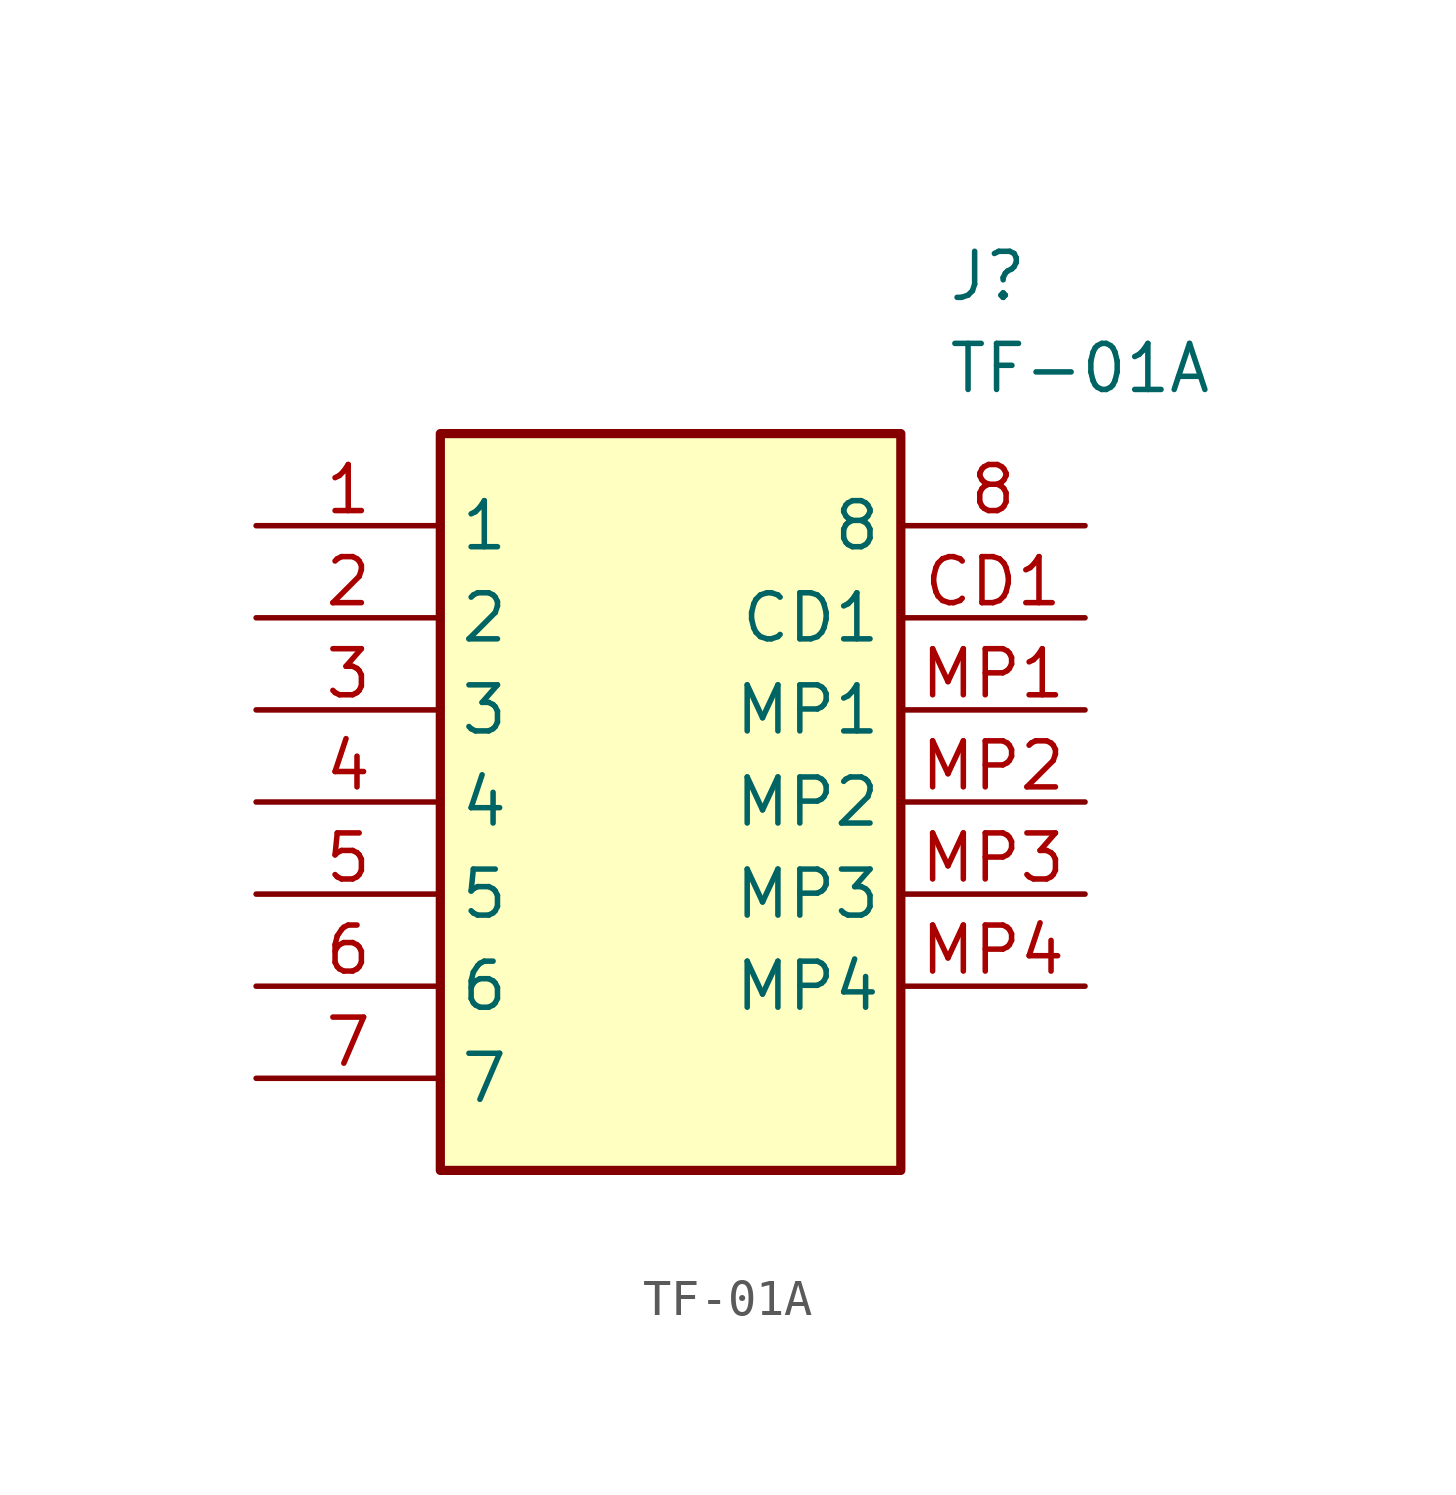
<source format=kicad_sym>
(kicad_symbol_lib
  (version 20211014)
  (generator SamacSys_ECAD_Model)
  (symbol "TF-01A"
    (property "Reference" "J"
      (at 19.05 7.62 0)
      (effects (font (size 1.27 1.27)) (justify left top)))
    (property "Value" "TF-01A"
      (at 19.05 5.08 0)
      (effects (font (size 1.27 1.27)) (justify left top)))
    (rectangle
      (start 5.08 2.54)
      (end 17.78 -17.78)
      (stroke (width 0.254) (type default))
      (fill (type background)))
    (pin passive line
      (at 0 0 0)
      (length 5.08)
      (name "1" (effects (font (size 1.27 1.27))))
      (number "1" (effects (font (size 1.27 1.27)))))
    (pin passive line
      (at 0 -2.54 0)
      (length 5.08)
      (name "2" (effects (font (size 1.27 1.27))))
      (number "2" (effects (font (size 1.27 1.27)))))
    (pin passive line
      (at 0 -5.08 0)
      (length 5.08)
      (name "3" (effects (font (size 1.27 1.27))))
      (number "3" (effects (font (size 1.27 1.27)))))
    (pin passive line
      (at 0 -7.62 0)
      (length 5.08)
      (name "4" (effects (font (size 1.27 1.27))))
      (number "4" (effects (font (size 1.27 1.27)))))
    (pin passive line
      (at 0 -10.16 0)
      (length 5.08)
      (name "5" (effects (font (size 1.27 1.27))))
      (number "5" (effects (font (size 1.27 1.27)))))
    (pin passive line
      (at 0 -12.7 0)
      (length 5.08)
      (name "6" (effects (font (size 1.27 1.27))))
      (number "6" (effects (font (size 1.27 1.27)))))
    (pin passive line
      (at 0 -15.24 0)
      (length 5.08)
      (name "7" (effects (font (size 1.27 1.27))))
      (number "7" (effects (font (size 1.27 1.27)))))
    (pin passive line
      (at 22.86 0 180)
      (length 5.08)
      (name "8" (effects (font (size 1.27 1.27))))
      (number "8" (effects (font (size 1.27 1.27)))))
    (pin passive line
      (at 22.86 -2.54 180)
      (length 5.08)
      (name "CD1" (effects (font (size 1.27 1.27))))
      (number "CD1" (effects (font (size 1.27 1.27)))))
    (pin passive line
      (at 22.86 -5.08 180)
      (length 5.08)
      (name "MP1" (effects (font (size 1.27 1.27))))
      (number "MP1" (effects (font (size 1.27 1.27)))))
    (pin passive line
      (at 22.86 -7.62 180)
      (length 5.08)
      (name "MP2" (effects (font (size 1.27 1.27))))
      (number "MP2" (effects (font (size 1.27 1.27)))))
    (pin passive line
      (at 22.86 -10.16 180)
      (length 5.08)
      (name "MP3" (effects (font (size 1.27 1.27))))
      (number "MP3" (effects (font (size 1.27 1.27)))))
    (pin passive line
      (at 22.86 -12.7 180)
      (length 5.08)
      (name "MP4" (effects (font (size 1.27 1.27))))
      (number "MP4" (effects (font (size 1.27 1.27)))))))
</source>
